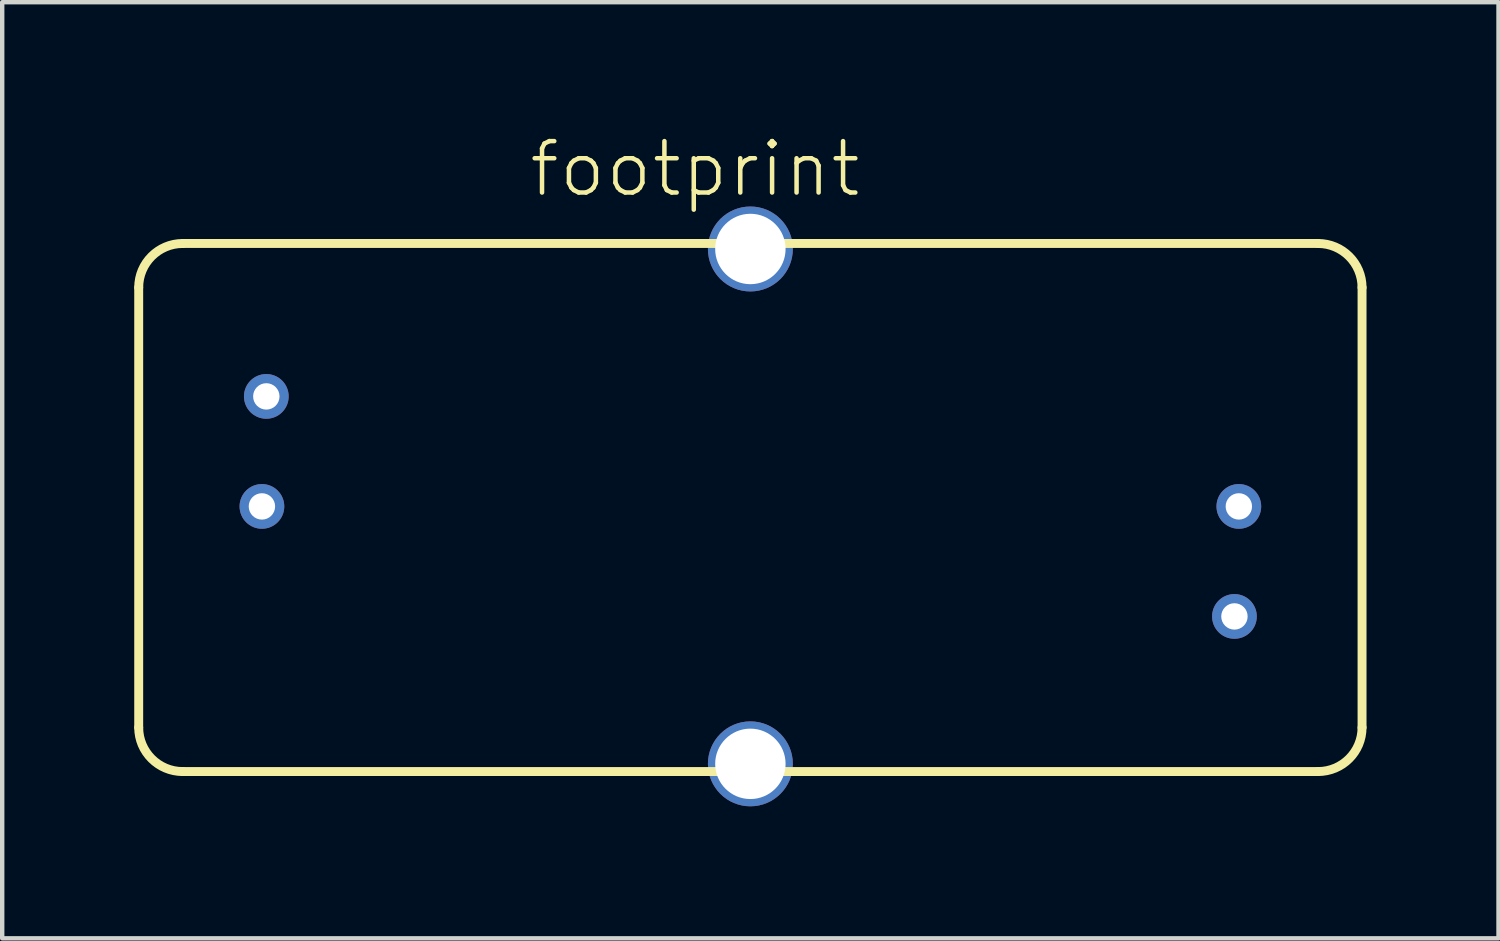
<source format=kicad_pcb>
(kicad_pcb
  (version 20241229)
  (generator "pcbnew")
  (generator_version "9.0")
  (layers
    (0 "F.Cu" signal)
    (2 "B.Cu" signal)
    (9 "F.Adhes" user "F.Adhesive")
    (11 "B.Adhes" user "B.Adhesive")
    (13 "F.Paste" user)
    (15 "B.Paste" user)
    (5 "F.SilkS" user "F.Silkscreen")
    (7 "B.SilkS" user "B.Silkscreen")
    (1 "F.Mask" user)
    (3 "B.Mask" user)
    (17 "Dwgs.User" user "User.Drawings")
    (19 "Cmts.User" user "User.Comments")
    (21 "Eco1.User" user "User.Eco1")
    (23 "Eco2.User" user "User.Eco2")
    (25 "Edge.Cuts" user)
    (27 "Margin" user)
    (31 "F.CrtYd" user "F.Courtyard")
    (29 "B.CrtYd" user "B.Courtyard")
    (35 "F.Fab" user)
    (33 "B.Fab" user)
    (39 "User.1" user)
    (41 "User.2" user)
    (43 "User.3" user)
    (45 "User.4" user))
  (footprint "footprint"
    (layer "F.Cu")
    (at 14.002 8.458)
    (property "Reference" "footprint" (at -5.08 -6.985 0) (layer "F.SilkS") (effects (font (size 1.168 1.168) (thickness 0.102)) (justify left bottom)))
    (fp_line (start -13.9 -4.975) (end -13.9 5.025) (stroke (width 0.203) (type solid)) (layer "F.SilkS"))
    (fp_line (start -12.9 6.025) (end 12.9 6.025) (stroke (width 0.203) (type solid)) (layer "F.SilkS"))
    (fp_line (start 12.9 -5.975) (end -12.9 -5.975) (stroke (width 0.203) (type solid)) (layer "F.SilkS"))
    (fp_line (start 13.9 5.025) (end 13.9 -4.975) (stroke (width 0.203) (type solid)) (layer "F.SilkS"))
    (fp_arc (start -13.9 -4.975) (mid -13.607107 -5.682107) (end -12.9 -5.975) (stroke (width 0.2032) (type solid)) (layer "F.SilkS"))
    (fp_arc (start -12.9 6.025) (mid -13.607107 5.732107) (end -13.9 5.025) (stroke (width 0.2032) (type solid)) (layer "F.SilkS"))
    (fp_arc (start 12.9 -5.975) (mid 13.607107 -5.682107) (end 13.9 -4.975) (stroke (width 0.2032) (type solid)) (layer "F.SilkS"))
    (fp_arc (start 13.9 5.025) (mid 13.607107 5.732107) (end 12.9 6.025) (stroke (width 0.2032) (type solid)) (layer "F.SilkS"))
    (pad "1" thru_hole circle (at -11 -2.5) (size 1.016 1.016) (drill 0.6) (layers "*.Cu" "*.Mask"))
    (pad "2" thru_hole circle (at -11.1 0) (size 1.016 1.016) (drill 0.6) (layers "*.Cu" "*.Mask"))
    (pad "3" thru_hole circle (at 11.1 0 180) (size 1.016 1.016) (drill 0.6) (layers "*.Cu" "*.Mask"))
    (pad "4" thru_hole circle (at 11 2.5 180) (size 1.016 1.016) (drill 0.6) (layers "*.Cu" "*.Mask"))
    (pad "S@1" thru_hole circle (at 0 -5.85) (size 1.93 1.93) (drill 1.6) (layers "*.Cu" "*.Mask"))
    (pad "S@2" thru_hole circle (at 0 5.85) (size 1.93 1.93) (drill 1.6) (layers "*.Cu" "*.Mask")))
  (gr_rect
    (start -3 -3)
    (end 31.003 18.273)
    (stroke (width 0.1) (type default))
    (fill no)
    (layer "Edge.Cuts")))
</source>
